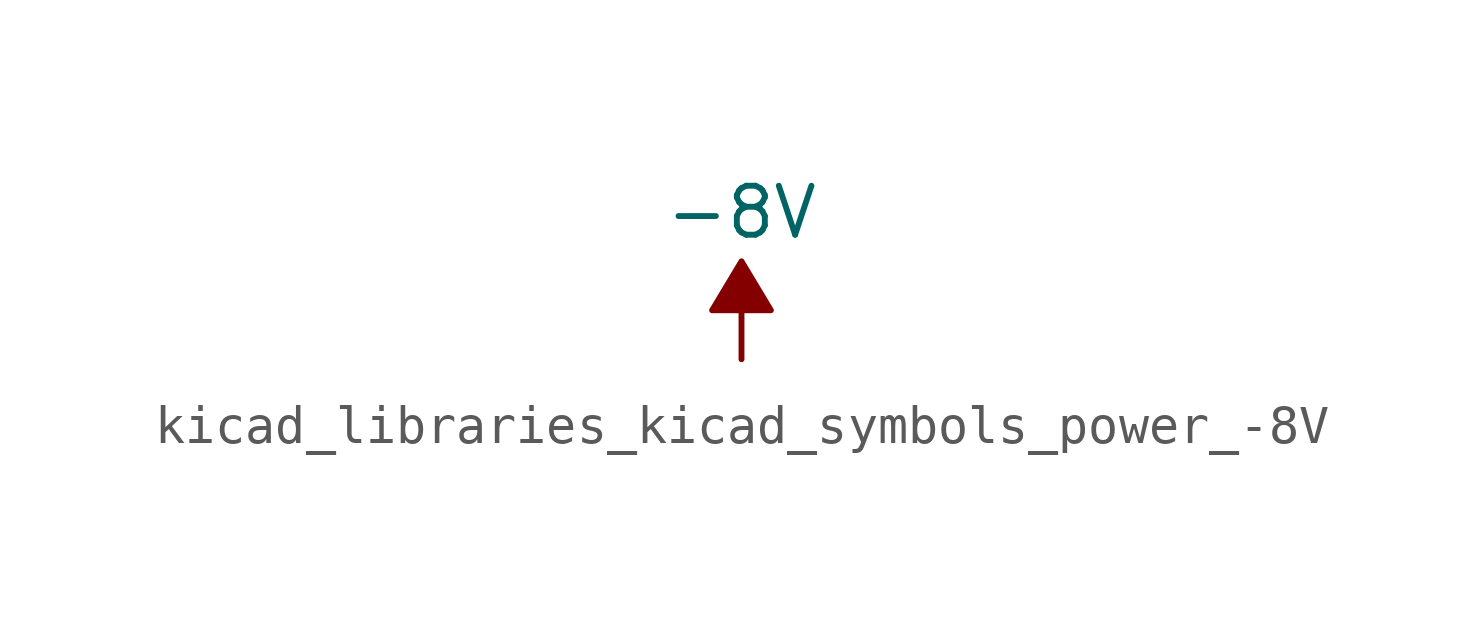
<source format=kicad_sym>
(kicad_symbol_lib
  (version 20220914)
  (generator kicad_symbol_editor)
  (symbol "kicad_libraries_kicad_symbols_power_-8V"
    (power)
    (pin_names
      (offset 0))
    (property "Reference" "#PWR"
      (at 0 2.54 0)
      (effects (font (size 1.27 1.27)) hide))
    (property "Value" "-8V"
      (at 0 3.81 0)
      (effects (font (size 1.27 1.27))))
    (symbol "kicad_libraries_kicad_symbols_power_-8V_0_0"
      (pin power_in line (at 0 0 90) (length 0) hide (name "-8V" (effects (font (size 1.27 1.27)))) (number "1" (effects (font (size 1.27 1.27))))))
    (symbol "kicad_libraries_kicad_symbols_power_-8V_0_1"
      (polyline (pts (xy 0 0) (xy 0 1.27) (xy 0.762 1.27) (xy 0 2.54) (xy -0.762 1.27) (xy 0 1.27)) (stroke (width 0) (type default)) (fill (type outline))))))
</source>
